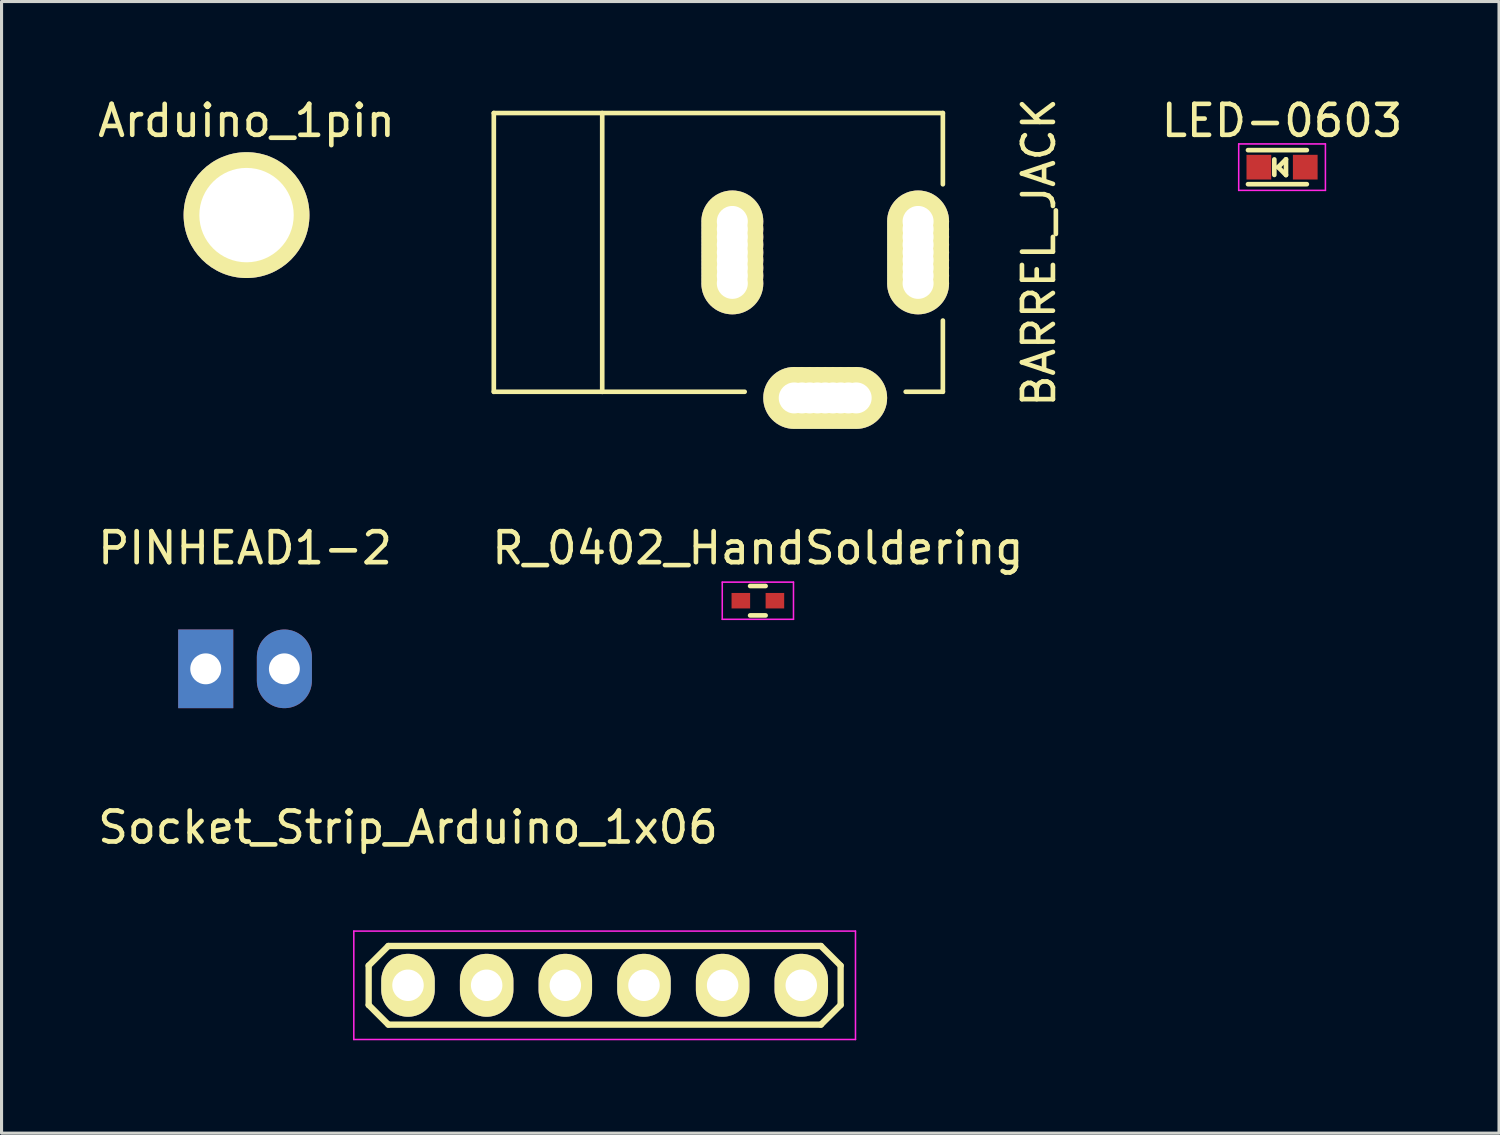
<source format=kicad_pcb>
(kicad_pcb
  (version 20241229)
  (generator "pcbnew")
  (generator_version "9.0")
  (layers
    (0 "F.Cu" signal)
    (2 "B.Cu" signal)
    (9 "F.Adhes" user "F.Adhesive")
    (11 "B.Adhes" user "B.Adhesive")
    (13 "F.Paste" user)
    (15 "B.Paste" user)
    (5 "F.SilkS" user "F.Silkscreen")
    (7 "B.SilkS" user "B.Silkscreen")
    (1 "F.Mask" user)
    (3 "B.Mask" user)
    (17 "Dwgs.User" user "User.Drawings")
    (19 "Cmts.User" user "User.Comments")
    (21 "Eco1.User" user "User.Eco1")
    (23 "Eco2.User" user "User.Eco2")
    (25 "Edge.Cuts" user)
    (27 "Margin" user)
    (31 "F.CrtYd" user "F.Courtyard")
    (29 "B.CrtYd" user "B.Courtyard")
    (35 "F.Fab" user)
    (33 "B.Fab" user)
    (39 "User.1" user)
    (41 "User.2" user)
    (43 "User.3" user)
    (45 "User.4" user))
  (footprint "R_0402_HandSoldering"
    (layer "F.Cu")
    (at 21.423 16.348)
    (property "Reference" "R_0402_HandSoldering" (at 0 -1.7 0) (layer "F.SilkS") (effects (font (size 1 1) (thickness 0.15))))
    (attr smd)
    (fp_line (start -0.25 0.475) (end 0.25 0.475) (stroke (width 0.15) (type solid)) (layer "F.SilkS"))
    (fp_line (start 0.25 -0.475) (end -0.25 -0.475) (stroke (width 0.15) (type solid)) (layer "F.SilkS"))
    (fp_line (start -1.15 -0.6) (end -1.15 0.6) (stroke (width 0.05) (type solid)) (layer "F.CrtYd"))
    (fp_line (start -1.15 -0.6) (end 1.15 -0.6) (stroke (width 0.05) (type solid)) (layer "F.CrtYd"))
    (fp_line (start -1.15 0.6) (end 1.15 0.6) (stroke (width 0.05) (type solid)) (layer "F.CrtYd"))
    (fp_line (start 1.15 -0.6) (end 1.15 0.6) (stroke (width 0.05) (type solid)) (layer "F.CrtYd"))
    (pad "1" smd rect (at -0.55 0) (size 0.6 0.5) (layers "F.Cu" "F.Mask" "F.Paste"))
    (pad "2" smd rect (at 0.55 0) (size 0.6 0.5) (layers "F.Cu" "F.Mask" "F.Paste")))
  (footprint "LED-0603"
    (layer "F.Cu")
    (at 38.35 2.348)
    (property "Reference" "LED-0603" (at 0 -1.5 0) (layer "F.SilkS") (effects (font (size 1 1) (thickness 0.15))))
    (attr smd)
    (fp_line (start -1.1 -0.55) (end 0.8 -0.55) (stroke (width 0.15) (type solid)) (layer "F.SilkS"))
    (fp_line (start -1.1 0.55) (end 0.8 0.55) (stroke (width 0.15) (type solid)) (layer "F.SilkS"))
    (fp_line (start -0.25 -0.25) (end -0.25 0.25) (stroke (width 0.15) (type solid)) (layer "F.SilkS"))
    (fp_line (start -0.127 0) (end 0.127 0.254) (stroke (width 0.15) (type solid)) (layer "F.SilkS"))
    (fp_line (start 0.127 -0.254) (end -0.127 0) (stroke (width 0.15) (type solid)) (layer "F.SilkS"))
    (fp_line (start 0.127 0.254) (end 0.127 -0.254) (stroke (width 0.15) (type solid)) (layer "F.SilkS"))
    (fp_line (start -1.4 -0.75) (end 1.4 -0.75) (stroke (width 0.05) (type solid)) (layer "F.CrtYd"))
    (fp_line (start -1.4 0.75) (end -1.4 -0.75) (stroke (width 0.05) (type solid)) (layer "F.CrtYd"))
    (fp_line (start 1.4 -0.75) (end 1.4 0.75) (stroke (width 0.05) (type solid)) (layer "F.CrtYd"))
    (fp_line (start 1.4 0.75) (end -1.4 0.75) (stroke (width 0.05) (type solid)) (layer "F.CrtYd"))
    (pad "1" smd rect (at -0.749 0 180) (size 0.798 0.798) (layers "F.Cu" "F.Mask" "F.Paste"))
    (pad "2" smd rect (at 0.749 0 180) (size 0.798 0.798) (layers "F.Cu" "F.Mask" "F.Paste")))
  (footprint "PINHEAD1-2"
    (layer "F.Cu")
    (at 4.863 18.548)
    (property "Reference" "PINHEAD1-2" (at 0 -3.9 0) (layer "F.SilkS") (effects (font (size 1 1) (thickness 0.15))))
    (attr exclude_from_pos_files exclude_from_bom)
    (pad "1" thru_hole rect (at -1.27 0) (size 1.778 2.54) (drill 0.998) (layers "*.Cu" "*.Mask"))
    (pad "2" thru_hole oval (at 1.27 0) (size 1.778 2.54) (drill 0.998) (layers "*.Cu" "*.Mask")))
  (footprint "BARREL_JACK"
    (layer "F.Cu")
    (at 20.397 5.101)
    (property "Reference" "BARREL_JACK" (at 10.099 0 90) (layer "F.SilkS") (effects (font (size 1 1) (thickness 0.15))))
    (attr through_hole)
    (fp_line (start -7.501 -4.501) (end -7.501 4.501) (stroke (width 0.15) (type solid)) (layer "F.SilkS"))
    (fp_line (start -7.5 4.5) (end -4 4.5) (stroke (width 0.15) (type solid)) (layer "F.SilkS"))
    (fp_line (start -4 -4.501) (end -4 4.501) (stroke (width 0.15) (type solid)) (layer "F.SilkS"))
    (fp_line (start -4 4.5) (end 0.6 4.5) (stroke (width 0.15) (type solid)) (layer "F.SilkS"))
    (fp_line (start 7 -4.5) (end 7 -2.2) (stroke (width 0.15) (type solid)) (layer "F.SilkS"))
    (fp_line (start 7 4.5) (end 5.8 4.5) (stroke (width 0.15) (type solid)) (layer "F.SilkS"))
    (fp_line (start 7 4.5) (end 7 2.2) (stroke (width 0.15) (type solid)) (layer "F.SilkS"))
    (fp_line (start 7 -4.501) (end -7.501 -4.501) (stroke (width 0.15) (type solid)) (layer "F.SilkS"))
    (pad "1" thru_hole circle (at 6.2 -1) (size 2 2) (drill 1) (layers "*.Cu" "*.Mask" "F.SilkS"))
    (pad "1" thru_hole circle (at 6.2 -0.75) (size 2 2) (drill 1) (layers "*.Cu" "*.Mask" "F.SilkS"))
    (pad "1" thru_hole circle (at 6.2 -0.5) (size 2 2) (drill 1) (layers "*.Cu" "*.Mask" "F.SilkS"))
    (pad "1" thru_hole circle (at 6.2 -0.25) (size 2 2) (drill 1) (layers "*.Cu" "*.Mask" "F.SilkS"))
    (pad "1" thru_hole circle (at 6.2 0) (size 2 2) (drill 1) (layers "*.Cu" "*.Mask" "F.SilkS"))
    (pad "1" thru_hole circle (at 6.2 0.25) (size 2 2) (drill 1) (layers "*.Cu" "*.Mask" "F.SilkS"))
    (pad "1" thru_hole circle (at 6.2 0.5) (size 2 2) (drill 1) (layers "*.Cu" "*.Mask" "F.SilkS"))
    (pad "1" thru_hole circle (at 6.2 0.75) (size 2 2) (drill 1) (layers "*.Cu" "*.Mask" "F.SilkS"))
    (pad "1" thru_hole circle (at 6.2 1) (size 2 2) (drill 1) (layers "*.Cu" "*.Mask" "F.SilkS"))
    (pad "2" thru_hole circle (at 0.201 -1) (size 2 2) (drill 1) (layers "*.Cu" "*.Mask" "F.SilkS"))
    (pad "2" thru_hole circle (at 0.201 -0.75) (size 2 2) (drill 1) (layers "*.Cu" "*.Mask" "F.SilkS"))
    (pad "2" thru_hole circle (at 0.201 -0.5) (size 2 2) (drill 1) (layers "*.Cu" "*.Mask" "F.SilkS"))
    (pad "2" thru_hole circle (at 0.201 -0.25) (size 2 2) (drill 1) (layers "*.Cu" "*.Mask" "F.SilkS"))
    (pad "2" thru_hole circle (at 0.201 0) (size 2 2) (drill 1) (layers "*.Cu" "*.Mask" "F.SilkS"))
    (pad "2" thru_hole circle (at 0.201 0.25) (size 2 2) (drill 1) (layers "*.Cu" "*.Mask" "F.SilkS"))
    (pad "2" thru_hole circle (at 0.201 0.5) (size 2 2) (drill 1) (layers "*.Cu" "*.Mask" "F.SilkS"))
    (pad "2" thru_hole circle (at 0.201 0.75) (size 2 2) (drill 1) (layers "*.Cu" "*.Mask" "F.SilkS"))
    (pad "2" thru_hole circle (at 0.201 1) (size 2 2) (drill 1) (layers "*.Cu" "*.Mask" "F.SilkS"))
    (pad "3" thru_hole circle (at 2.2 4.699) (size 2 2) (drill 1) (layers "*.Cu" "*.Mask" "F.SilkS"))
    (pad "3" thru_hole circle (at 2.45 4.699) (size 2 2) (drill 1) (layers "*.Cu" "*.Mask" "F.SilkS"))
    (pad "3" thru_hole circle (at 2.7 4.699) (size 2 2) (drill 1) (layers "*.Cu" "*.Mask" "F.SilkS"))
    (pad "3" thru_hole circle (at 2.95 4.699) (size 2 2) (drill 1) (layers "*.Cu" "*.Mask" "F.SilkS"))
    (pad "3" thru_hole circle (at 3.2 4.699) (size 2 2) (drill 1) (layers "*.Cu" "*.Mask" "F.SilkS"))
    (pad "3" thru_hole circle (at 3.45 4.699) (size 2 2) (drill 1) (layers "*.Cu" "*.Mask" "F.SilkS"))
    (pad "3" thru_hole circle (at 3.7 4.699) (size 2 2) (drill 1) (layers "*.Cu" "*.Mask" "F.SilkS"))
    (pad "3" thru_hole circle (at 3.95 4.699) (size 2 2) (drill 1) (layers "*.Cu" "*.Mask" "F.SilkS"))
    (pad "3" thru_hole circle (at 4.2 4.699) (size 2 2) (drill 1) (layers "*.Cu" "*.Mask" "F.SilkS")))
  (footprint "Socket_Strip_Arduino_1x06"
    (layer "F.Cu")
    (at 10.125 28.767)
    (property "Reference" "Socket_Strip_Arduino_1x06" (at 0 -5.1 0) (layer "F.SilkS") (effects (font (size 1 1) (thickness 0.15))))
    (attr through_hole)
    (fp_line (start -1.27 -0.635) (end -0.635 -1.27) (stroke (width 0.203) (type solid)) (layer "F.SilkS"))
    (fp_line (start -1.27 0.635) (end -1.27 -0.635) (stroke (width 0.203) (type solid)) (layer "F.SilkS"))
    (fp_line (start -0.635 -1.27) (end 13.335 -1.27) (stroke (width 0.203) (type solid)) (layer "F.SilkS"))
    (fp_line (start -0.635 1.27) (end -1.27 0.635) (stroke (width 0.203) (type solid)) (layer "F.SilkS"))
    (fp_line (start 13.335 -1.27) (end 13.97 -0.635) (stroke (width 0.203) (type solid)) (layer "F.SilkS"))
    (fp_line (start 13.335 1.27) (end -0.635 1.27) (stroke (width 0.203) (type solid)) (layer "F.SilkS"))
    (fp_line (start 13.97 -0.635) (end 13.97 0.635) (stroke (width 0.203) (type solid)) (layer "F.SilkS"))
    (fp_line (start 13.97 0.635) (end 13.335 1.27) (stroke (width 0.203) (type solid)) (layer "F.SilkS"))
    (fp_line (start -1.75 -1.75) (end -1.75 1.75) (stroke (width 0.05) (type solid)) (layer "F.CrtYd"))
    (fp_line (start -1.75 -1.75) (end 14.45 -1.75) (stroke (width 0.05) (type solid)) (layer "F.CrtYd"))
    (fp_line (start -1.75 1.75) (end 14.45 1.75) (stroke (width 0.05) (type solid)) (layer "F.CrtYd"))
    (fp_line (start 14.45 -1.75) (end 14.45 1.75) (stroke (width 0.05) (type solid)) (layer "F.CrtYd"))
    (pad "1" thru_hole oval (at 0 0) (size 1.727 2.032) (drill 1.016) (layers "*.Cu" "*.Mask" "F.SilkS"))
    (pad "2" thru_hole oval (at 2.54 0) (size 1.727 2.032) (drill 1.016) (layers "*.Cu" "*.Mask" "F.SilkS"))
    (pad "3" thru_hole oval (at 5.08 0) (size 1.727 2.032) (drill 1.016) (layers "*.Cu" "*.Mask" "F.SilkS"))
    (pad "4" thru_hole oval (at 7.62 0) (size 1.727 2.032) (drill 1.016) (layers "*.Cu" "*.Mask" "F.SilkS"))
    (pad "5" thru_hole oval (at 10.16 0) (size 1.727 2.032) (drill 1.016) (layers "*.Cu" "*.Mask" "F.SilkS"))
    (pad "6" thru_hole oval (at 12.7 0) (size 1.727 2.032) (drill 1.016) (layers "*.Cu" "*.Mask" "F.SilkS")))
  (footprint "Arduino_1pin"
    (layer "F.Cu")
    (at 4.911 3.896)
    (property "Reference" "Arduino_1pin" (at 0 -3.048 0) (layer "F.SilkS") (effects (font (size 1 1) (thickness 0.15))))
    (attr through_hole)
    (pad "1" thru_hole circle (at 0 0) (size 4.064 4.064) (drill 3.048) (layers "*.Cu" "*.Mask" "F.SilkS")))
  (gr_rect
    (start -3 -3)
    (end 45.356 33.542)
    (stroke (width 0.1) (type default))
    (fill no)
    (layer "Edge.Cuts")))
</source>
